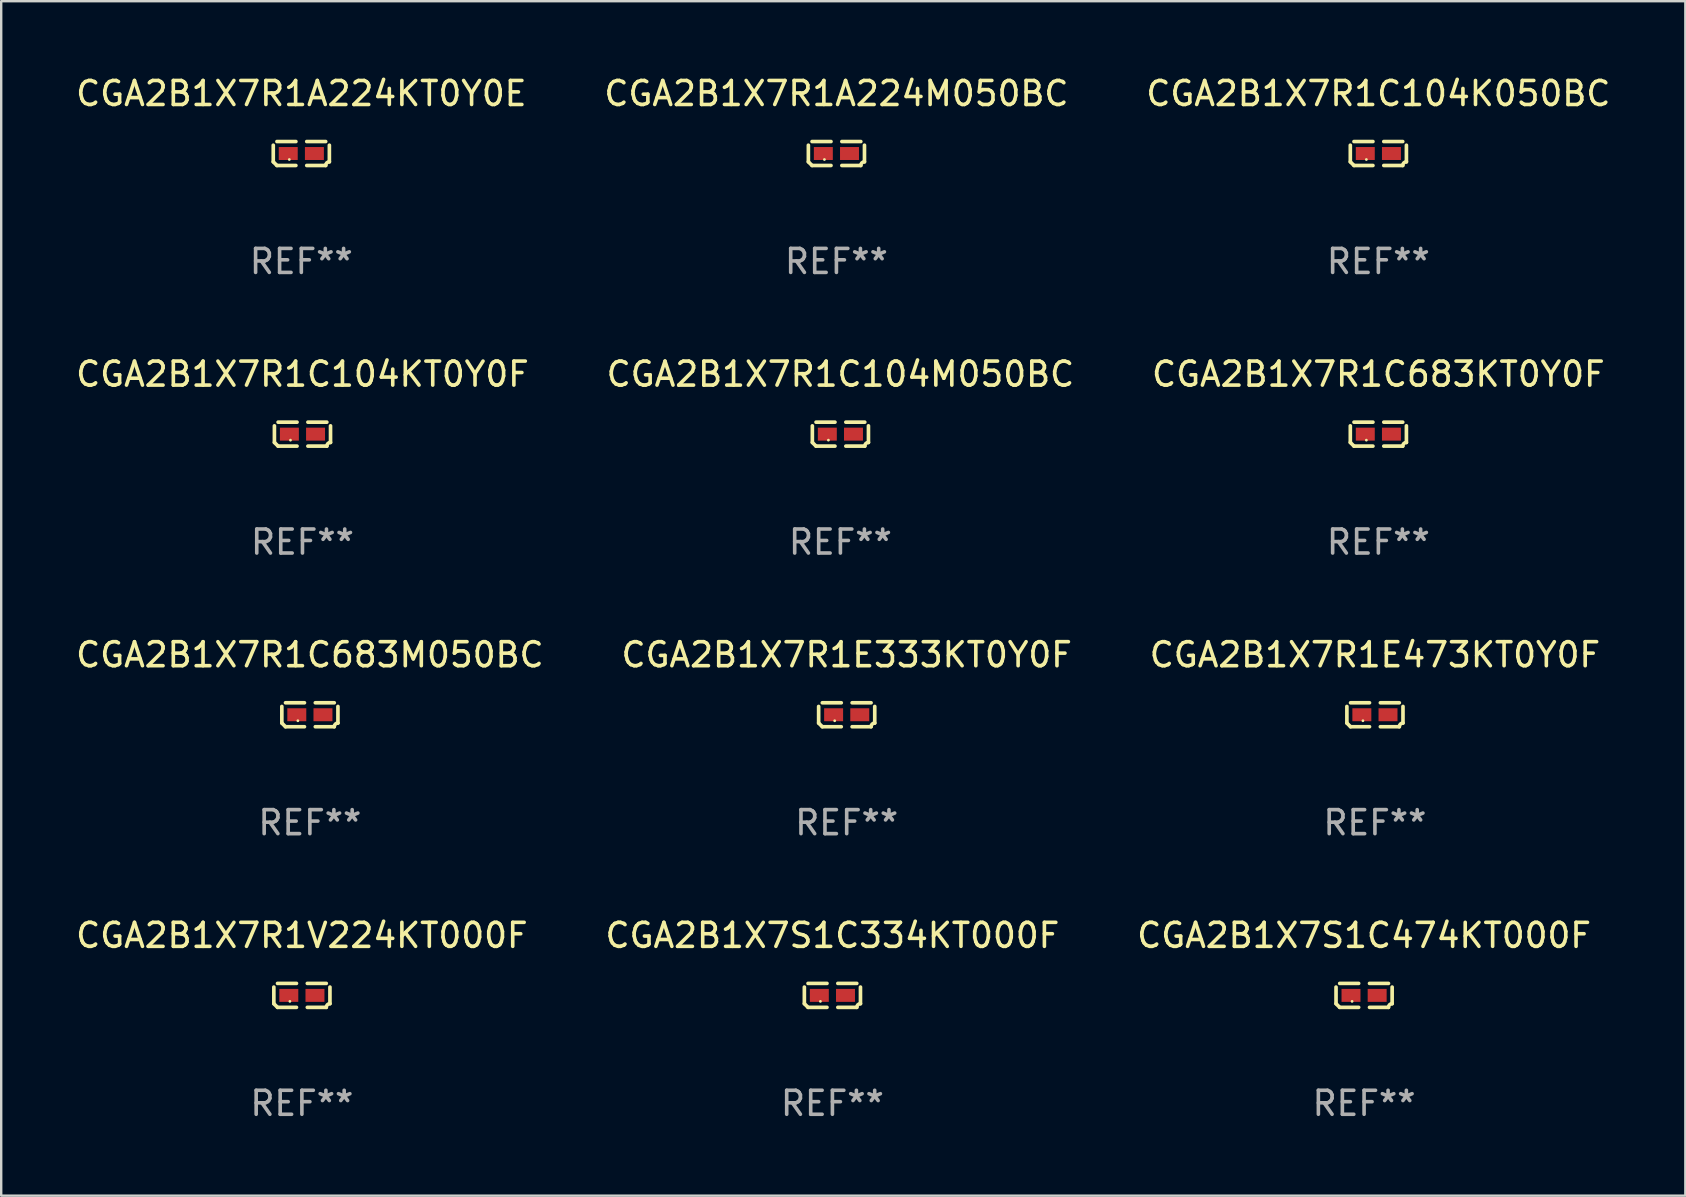
<source format=kicad_pcb>
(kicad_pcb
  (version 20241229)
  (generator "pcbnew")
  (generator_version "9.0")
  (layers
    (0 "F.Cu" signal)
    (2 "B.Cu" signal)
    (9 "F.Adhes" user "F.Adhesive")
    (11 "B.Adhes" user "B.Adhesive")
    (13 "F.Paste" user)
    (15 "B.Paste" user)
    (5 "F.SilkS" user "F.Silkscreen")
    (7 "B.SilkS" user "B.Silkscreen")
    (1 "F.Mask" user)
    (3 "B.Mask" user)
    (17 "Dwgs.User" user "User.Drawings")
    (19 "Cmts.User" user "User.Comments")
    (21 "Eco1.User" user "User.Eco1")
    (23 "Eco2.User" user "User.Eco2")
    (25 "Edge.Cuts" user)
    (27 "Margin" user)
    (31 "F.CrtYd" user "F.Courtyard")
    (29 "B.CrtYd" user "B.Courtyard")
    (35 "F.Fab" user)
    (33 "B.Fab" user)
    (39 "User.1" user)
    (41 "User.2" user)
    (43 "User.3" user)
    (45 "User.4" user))
  (footprint "CGA2B1X7R1A224KT0Y0E"
    (layer "F.Cu")
    (at 9.506 3.347)
    (property "Reference" "CGA2B1X7R1A224KT0Y0E" (at 0 -2.499 0) (layer "F.SilkS") (effects (font (size 1 1) (thickness 0.15))))
    (attr through_hole)
    (fp_line (start -1.169 0.346) (end -1.169 -0.346) (stroke (width 0.152) (type solid)) (layer "F.SilkS"))
    (fp_line (start -1.016 -0.499) (end -0.226 -0.499) (stroke (width 0.152) (type solid)) (layer "F.SilkS"))
    (fp_line (start -0.226 0.499) (end -1.016 0.499) (stroke (width 0.152) (type solid)) (layer "F.SilkS"))
    (fp_line (start 0.226 0.499) (end 1.016 0.499) (stroke (width 0.152) (type solid)) (layer "F.SilkS"))
    (fp_line (start 1.016 -0.499) (end 0.226 -0.499) (stroke (width 0.152) (type solid)) (layer "F.SilkS"))
    (fp_line (start 1.169 0.346) (end 1.169 -0.346) (stroke (width 0.152) (type solid)) (layer "F.SilkS"))
    (fp_arc (start -1.016307 0.498603) (mid -1.092512 0.422405) (end -1.16871 0.3462) (stroke (width 0.1524) (type solid)) (layer "F.SilkS"))
    (fp_arc (start 1.016307 0.498603) (mid 1.060899 0.390758) (end 1.168707 0.346076) (stroke (width 0.1524) (type solid)) (layer "F.SilkS"))
    (fp_circle (center -0.5 0.25) (end -0.47 0.25) (stroke (width 0.06) (type solid)) (fill no) (layer "F.SilkS"))
    (fp_text user "REF**" (at 0 4.499 0) (layer "F.Fab") (effects (font (size 1 1) (thickness 0.15))))
    (pad "1" smd rect (at -0.545 0) (size 0.79 0.54) (layers "F.Cu" "F.Mask" "F.Paste"))
    (pad "2" smd rect (at 0.545 0) (size 0.79 0.54) (layers "F.Cu" "F.Mask" "F.Paste")))
  (footprint "CGA2B1X7R1C683KT0Y0F"
    (layer "F.Cu")
    (at 54.387 15.041)
    (property "Reference" "CGA2B1X7R1C683KT0Y0F" (at 0 -2.499 0) (layer "F.SilkS") (effects (font (size 1 1) (thickness 0.15))))
    (attr through_hole)
    (fp_line (start -1.169 0.346) (end -1.169 -0.346) (stroke (width 0.152) (type solid)) (layer "F.SilkS"))
    (fp_line (start -1.016 -0.499) (end -0.226 -0.499) (stroke (width 0.152) (type solid)) (layer "F.SilkS"))
    (fp_line (start -0.226 0.499) (end -1.016 0.499) (stroke (width 0.152) (type solid)) (layer "F.SilkS"))
    (fp_line (start 0.226 0.499) (end 1.016 0.499) (stroke (width 0.152) (type solid)) (layer "F.SilkS"))
    (fp_line (start 1.016 -0.499) (end 0.226 -0.499) (stroke (width 0.152) (type solid)) (layer "F.SilkS"))
    (fp_line (start 1.169 0.346) (end 1.169 -0.346) (stroke (width 0.152) (type solid)) (layer "F.SilkS"))
    (fp_arc (start -1.016307 0.498603) (mid -1.092512 0.422405) (end -1.16871 0.3462) (stroke (width 0.1524) (type solid)) (layer "F.SilkS"))
    (fp_arc (start 1.016307 0.498603) (mid 1.060899 0.390758) (end 1.168707 0.346076) (stroke (width 0.1524) (type solid)) (layer "F.SilkS"))
    (fp_circle (center -0.5 0.25) (end -0.47 0.25) (stroke (width 0.06) (type solid)) (fill no) (layer "F.SilkS"))
    (fp_text user "REF**" (at 0 4.499 0) (layer "F.Fab") (effects (font (size 1 1) (thickness 0.15))))
    (pad "1" smd rect (at -0.545 0) (size 0.79 0.54) (layers "F.Cu" "F.Mask" "F.Paste"))
    (pad "2" smd rect (at 0.545 0) (size 0.79 0.54) (layers "F.Cu" "F.Mask" "F.Paste")))
  (footprint "CGA2B1X7S1C334KT000F"
    (layer "F.Cu")
    (at 31.637 38.428)
    (property "Reference" "CGA2B1X7S1C334KT000F" (at 0 -2.499 0) (layer "F.SilkS") (effects (font (size 1 1) (thickness 0.15))))
    (attr through_hole)
    (fp_line (start -1.169 0.346) (end -1.169 -0.346) (stroke (width 0.152) (type solid)) (layer "F.SilkS"))
    (fp_line (start -1.016 -0.499) (end -0.226 -0.499) (stroke (width 0.152) (type solid)) (layer "F.SilkS"))
    (fp_line (start -0.226 0.499) (end -1.016 0.499) (stroke (width 0.152) (type solid)) (layer "F.SilkS"))
    (fp_line (start 0.226 0.499) (end 1.016 0.499) (stroke (width 0.152) (type solid)) (layer "F.SilkS"))
    (fp_line (start 1.016 -0.499) (end 0.226 -0.499) (stroke (width 0.152) (type solid)) (layer "F.SilkS"))
    (fp_line (start 1.169 0.346) (end 1.169 -0.346) (stroke (width 0.152) (type solid)) (layer "F.SilkS"))
    (fp_arc (start -1.016307 0.498603) (mid -1.092512 0.422405) (end -1.16871 0.3462) (stroke (width 0.1524) (type solid)) (layer "F.SilkS"))
    (fp_arc (start 1.016307 0.498603) (mid 1.060899 0.390758) (end 1.168707 0.346076) (stroke (width 0.1524) (type solid)) (layer "F.SilkS"))
    (fp_circle (center -0.5 0.25) (end -0.47 0.25) (stroke (width 0.06) (type solid)) (fill no) (layer "F.SilkS"))
    (fp_text user "REF**" (at 0 4.499 0) (layer "F.Fab") (effects (font (size 1 1) (thickness 0.15))))
    (pad "1" smd rect (at -0.545 0) (size 0.79 0.54) (layers "F.Cu" "F.Mask" "F.Paste"))
    (pad "2" smd rect (at 0.545 0) (size 0.79 0.54) (layers "F.Cu" "F.Mask" "F.Paste")))
  (footprint "CGA2B1X7R1C104K050BC"
    (layer "F.Cu")
    (at 54.387 3.347)
    (property "Reference" "CGA2B1X7R1C104K050BC" (at 0 -2.499 0) (layer "F.SilkS") (effects (font (size 1 1) (thickness 0.15))))
    (attr through_hole)
    (fp_line (start -1.169 0.346) (end -1.169 -0.346) (stroke (width 0.152) (type solid)) (layer "F.SilkS"))
    (fp_line (start -1.016 -0.499) (end -0.226 -0.499) (stroke (width 0.152) (type solid)) (layer "F.SilkS"))
    (fp_line (start -0.226 0.499) (end -1.016 0.499) (stroke (width 0.152) (type solid)) (layer "F.SilkS"))
    (fp_line (start 0.226 0.499) (end 1.016 0.499) (stroke (width 0.152) (type solid)) (layer "F.SilkS"))
    (fp_line (start 1.016 -0.499) (end 0.226 -0.499) (stroke (width 0.152) (type solid)) (layer "F.SilkS"))
    (fp_line (start 1.169 0.346) (end 1.169 -0.346) (stroke (width 0.152) (type solid)) (layer "F.SilkS"))
    (fp_arc (start -1.016307 0.498603) (mid -1.092512 0.422405) (end -1.16871 0.3462) (stroke (width 0.1524) (type solid)) (layer "F.SilkS"))
    (fp_arc (start 1.016307 0.498603) (mid 1.060899 0.390758) (end 1.168707 0.346076) (stroke (width 0.1524) (type solid)) (layer "F.SilkS"))
    (fp_circle (center -0.5 0.25) (end -0.47 0.25) (stroke (width 0.06) (type solid)) (fill no) (layer "F.SilkS"))
    (fp_text user "REF**" (at 0 4.499 0) (layer "F.Fab") (effects (font (size 1 1) (thickness 0.15))))
    (pad "1" smd rect (at -0.545 0) (size 0.79 0.54) (layers "F.Cu" "F.Mask" "F.Paste"))
    (pad "2" smd rect (at 0.545 0) (size 0.79 0.54) (layers "F.Cu" "F.Mask" "F.Paste")))
  (footprint "CGA2B1X7R1C104M050BC"
    (layer "F.Cu")
    (at 31.97 15.041)
    (property "Reference" "CGA2B1X7R1C104M050BC" (at 0 -2.499 0) (layer "F.SilkS") (effects (font (size 1 1) (thickness 0.15))))
    (attr through_hole)
    (fp_line (start -1.169 0.346) (end -1.169 -0.346) (stroke (width 0.152) (type solid)) (layer "F.SilkS"))
    (fp_line (start -1.016 -0.499) (end -0.226 -0.499) (stroke (width 0.152) (type solid)) (layer "F.SilkS"))
    (fp_line (start -0.226 0.499) (end -1.016 0.499) (stroke (width 0.152) (type solid)) (layer "F.SilkS"))
    (fp_line (start 0.226 0.499) (end 1.016 0.499) (stroke (width 0.152) (type solid)) (layer "F.SilkS"))
    (fp_line (start 1.016 -0.499) (end 0.226 -0.499) (stroke (width 0.152) (type solid)) (layer "F.SilkS"))
    (fp_line (start 1.169 0.346) (end 1.169 -0.346) (stroke (width 0.152) (type solid)) (layer "F.SilkS"))
    (fp_arc (start -1.016307 0.498603) (mid -1.092512 0.422405) (end -1.16871 0.3462) (stroke (width 0.1524) (type solid)) (layer "F.SilkS"))
    (fp_arc (start 1.016307 0.498603) (mid 1.060899 0.390758) (end 1.168707 0.346076) (stroke (width 0.1524) (type solid)) (layer "F.SilkS"))
    (fp_circle (center -0.5 0.25) (end -0.47 0.25) (stroke (width 0.06) (type solid)) (fill no) (layer "F.SilkS"))
    (fp_text user "REF**" (at 0 4.499 0) (layer "F.Fab") (effects (font (size 1 1) (thickness 0.15))))
    (pad "1" smd rect (at -0.545 0) (size 0.79 0.54) (layers "F.Cu" "F.Mask" "F.Paste"))
    (pad "2" smd rect (at 0.545 0) (size 0.79 0.54) (layers "F.Cu" "F.Mask" "F.Paste")))
  (footprint "CGA2B1X7R1C683M050BC"
    (layer "F.Cu")
    (at 9.863 26.734)
    (property "Reference" "CGA2B1X7R1C683M050BC" (at 0 -2.499 0) (layer "F.SilkS") (effects (font (size 1 1) (thickness 0.15))))
    (attr through_hole)
    (fp_line (start -1.169 0.346) (end -1.169 -0.346) (stroke (width 0.152) (type solid)) (layer "F.SilkS"))
    (fp_line (start -1.016 -0.499) (end -0.226 -0.499) (stroke (width 0.152) (type solid)) (layer "F.SilkS"))
    (fp_line (start -0.226 0.499) (end -1.016 0.499) (stroke (width 0.152) (type solid)) (layer "F.SilkS"))
    (fp_line (start 0.226 0.499) (end 1.016 0.499) (stroke (width 0.152) (type solid)) (layer "F.SilkS"))
    (fp_line (start 1.016 -0.499) (end 0.226 -0.499) (stroke (width 0.152) (type solid)) (layer "F.SilkS"))
    (fp_line (start 1.169 0.346) (end 1.169 -0.346) (stroke (width 0.152) (type solid)) (layer "F.SilkS"))
    (fp_arc (start -1.016307 0.498603) (mid -1.092512 0.422405) (end -1.16871 0.3462) (stroke (width 0.1524) (type solid)) (layer "F.SilkS"))
    (fp_arc (start 1.016307 0.498603) (mid 1.060899 0.390758) (end 1.168707 0.346076) (stroke (width 0.1524) (type solid)) (layer "F.SilkS"))
    (fp_circle (center -0.5 0.25) (end -0.47 0.25) (stroke (width 0.06) (type solid)) (fill no) (layer "F.SilkS"))
    (fp_text user "REF**" (at 0 4.499 0) (layer "F.Fab") (effects (font (size 1 1) (thickness 0.15))))
    (pad "1" smd rect (at -0.545 0) (size 0.79 0.54) (layers "F.Cu" "F.Mask" "F.Paste"))
    (pad "2" smd rect (at 0.545 0) (size 0.79 0.54) (layers "F.Cu" "F.Mask" "F.Paste")))
  (footprint "CGA2B1X7R1V224KT000F"
    (layer "F.Cu")
    (at 9.53 38.428)
    (property "Reference" "CGA2B1X7R1V224KT000F" (at 0 -2.499 0) (layer "F.SilkS") (effects (font (size 1 1) (thickness 0.15))))
    (attr through_hole)
    (fp_line (start -1.169 0.346) (end -1.169 -0.346) (stroke (width 0.152) (type solid)) (layer "F.SilkS"))
    (fp_line (start -1.016 -0.499) (end -0.226 -0.499) (stroke (width 0.152) (type solid)) (layer "F.SilkS"))
    (fp_line (start -0.226 0.499) (end -1.016 0.499) (stroke (width 0.152) (type solid)) (layer "F.SilkS"))
    (fp_line (start 0.226 0.499) (end 1.016 0.499) (stroke (width 0.152) (type solid)) (layer "F.SilkS"))
    (fp_line (start 1.016 -0.499) (end 0.226 -0.499) (stroke (width 0.152) (type solid)) (layer "F.SilkS"))
    (fp_line (start 1.169 0.346) (end 1.169 -0.346) (stroke (width 0.152) (type solid)) (layer "F.SilkS"))
    (fp_arc (start -1.016307 0.498603) (mid -1.092512 0.422405) (end -1.16871 0.3462) (stroke (width 0.1524) (type solid)) (layer "F.SilkS"))
    (fp_arc (start 1.016307 0.498603) (mid 1.060899 0.390758) (end 1.168707 0.346076) (stroke (width 0.1524) (type solid)) (layer "F.SilkS"))
    (fp_circle (center -0.5 0.25) (end -0.47 0.25) (stroke (width 0.06) (type solid)) (fill no) (layer "F.SilkS"))
    (fp_text user "REF**" (at 0 4.499 0) (layer "F.Fab") (effects (font (size 1 1) (thickness 0.15))))
    (pad "1" smd rect (at -0.545 0) (size 0.79 0.54) (layers "F.Cu" "F.Mask" "F.Paste"))
    (pad "2" smd rect (at 0.545 0) (size 0.79 0.54) (layers "F.Cu" "F.Mask" "F.Paste")))
  (footprint "CGA2B1X7S1C474KT000F"
    (layer "F.Cu")
    (at 53.792 38.428)
    (property "Reference" "CGA2B1X7S1C474KT000F" (at 0 -2.499 0) (layer "F.SilkS") (effects (font (size 1 1) (thickness 0.15))))
    (attr through_hole)
    (fp_line (start -1.169 0.346) (end -1.169 -0.346) (stroke (width 0.152) (type solid)) (layer "F.SilkS"))
    (fp_line (start -1.016 -0.499) (end -0.226 -0.499) (stroke (width 0.152) (type solid)) (layer "F.SilkS"))
    (fp_line (start -0.226 0.499) (end -1.016 0.499) (stroke (width 0.152) (type solid)) (layer "F.SilkS"))
    (fp_line (start 0.226 0.499) (end 1.016 0.499) (stroke (width 0.152) (type solid)) (layer "F.SilkS"))
    (fp_line (start 1.016 -0.499) (end 0.226 -0.499) (stroke (width 0.152) (type solid)) (layer "F.SilkS"))
    (fp_line (start 1.169 0.346) (end 1.169 -0.346) (stroke (width 0.152) (type solid)) (layer "F.SilkS"))
    (fp_arc (start -1.016307 0.498603) (mid -1.092512 0.422405) (end -1.16871 0.3462) (stroke (width 0.1524) (type solid)) (layer "F.SilkS"))
    (fp_arc (start 1.016307 0.498603) (mid 1.060899 0.390758) (end 1.168707 0.346076) (stroke (width 0.1524) (type solid)) (layer "F.SilkS"))
    (fp_circle (center -0.5 0.25) (end -0.47 0.25) (stroke (width 0.06) (type solid)) (fill no) (layer "F.SilkS"))
    (fp_text user "REF**" (at 0 4.499 0) (layer "F.Fab") (effects (font (size 1 1) (thickness 0.15))))
    (pad "1" smd rect (at -0.545 0) (size 0.79 0.54) (layers "F.Cu" "F.Mask" "F.Paste"))
    (pad "2" smd rect (at 0.545 0) (size 0.79 0.54) (layers "F.Cu" "F.Mask" "F.Paste")))
  (footprint "CGA2B1X7R1A224M050BC"
    (layer "F.Cu")
    (at 31.804 3.347)
    (property "Reference" "CGA2B1X7R1A224M050BC" (at 0 -2.499 0) (layer "F.SilkS") (effects (font (size 1 1) (thickness 0.15))))
    (attr through_hole)
    (fp_line (start -1.169 0.346) (end -1.169 -0.346) (stroke (width 0.152) (type solid)) (layer "F.SilkS"))
    (fp_line (start -1.016 -0.499) (end -0.226 -0.499) (stroke (width 0.152) (type solid)) (layer "F.SilkS"))
    (fp_line (start -0.226 0.499) (end -1.016 0.499) (stroke (width 0.152) (type solid)) (layer "F.SilkS"))
    (fp_line (start 0.226 0.499) (end 1.016 0.499) (stroke (width 0.152) (type solid)) (layer "F.SilkS"))
    (fp_line (start 1.016 -0.499) (end 0.226 -0.499) (stroke (width 0.152) (type solid)) (layer "F.SilkS"))
    (fp_line (start 1.169 0.346) (end 1.169 -0.346) (stroke (width 0.152) (type solid)) (layer "F.SilkS"))
    (fp_arc (start -1.016307 0.498603) (mid -1.092512 0.422405) (end -1.16871 0.3462) (stroke (width 0.1524) (type solid)) (layer "F.SilkS"))
    (fp_arc (start 1.016307 0.498603) (mid 1.060899 0.390758) (end 1.168707 0.346076) (stroke (width 0.1524) (type solid)) (layer "F.SilkS"))
    (fp_circle (center -0.5 0.25) (end -0.47 0.25) (stroke (width 0.06) (type solid)) (fill no) (layer "F.SilkS"))
    (fp_text user "REF**" (at 0 4.499 0) (layer "F.Fab") (effects (font (size 1 1) (thickness 0.15))))
    (pad "1" smd rect (at -0.545 0) (size 0.79 0.54) (layers "F.Cu" "F.Mask" "F.Paste"))
    (pad "2" smd rect (at 0.545 0) (size 0.79 0.54) (layers "F.Cu" "F.Mask" "F.Paste")))
  (footprint "CGA2B1X7R1C104KT0Y0F"
    (layer "F.Cu")
    (at 9.554 15.041)
    (property "Reference" "CGA2B1X7R1C104KT0Y0F" (at 0 -2.499 0) (layer "F.SilkS") (effects (font (size 1 1) (thickness 0.15))))
    (attr through_hole)
    (fp_line (start -1.169 0.346) (end -1.169 -0.346) (stroke (width 0.152) (type solid)) (layer "F.SilkS"))
    (fp_line (start -1.016 -0.499) (end -0.226 -0.499) (stroke (width 0.152) (type solid)) (layer "F.SilkS"))
    (fp_line (start -0.226 0.499) (end -1.016 0.499) (stroke (width 0.152) (type solid)) (layer "F.SilkS"))
    (fp_line (start 0.226 0.499) (end 1.016 0.499) (stroke (width 0.152) (type solid)) (layer "F.SilkS"))
    (fp_line (start 1.016 -0.499) (end 0.226 -0.499) (stroke (width 0.152) (type solid)) (layer "F.SilkS"))
    (fp_line (start 1.169 0.346) (end 1.169 -0.346) (stroke (width 0.152) (type solid)) (layer "F.SilkS"))
    (fp_arc (start -1.016307 0.498603) (mid -1.092512 0.422405) (end -1.16871 0.3462) (stroke (width 0.1524) (type solid)) (layer "F.SilkS"))
    (fp_arc (start 1.016307 0.498603) (mid 1.060899 0.390758) (end 1.168707 0.346076) (stroke (width 0.1524) (type solid)) (layer "F.SilkS"))
    (fp_circle (center -0.5 0.25) (end -0.47 0.25) (stroke (width 0.06) (type solid)) (fill no) (layer "F.SilkS"))
    (fp_text user "REF**" (at 0 4.499 0) (layer "F.Fab") (effects (font (size 1 1) (thickness 0.15))))
    (pad "1" smd rect (at -0.545 0) (size 0.79 0.54) (layers "F.Cu" "F.Mask" "F.Paste"))
    (pad "2" smd rect (at 0.545 0) (size 0.79 0.54) (layers "F.Cu" "F.Mask" "F.Paste")))
  (footprint "CGA2B1X7R1E473KT0Y0F"
    (layer "F.Cu")
    (at 54.244 26.734)
    (property "Reference" "CGA2B1X7R1E473KT0Y0F" (at 0 -2.499 0) (layer "F.SilkS") (effects (font (size 1 1) (thickness 0.15))))
    (attr through_hole)
    (fp_line (start -1.169 0.346) (end -1.169 -0.346) (stroke (width 0.152) (type solid)) (layer "F.SilkS"))
    (fp_line (start -1.016 -0.499) (end -0.226 -0.499) (stroke (width 0.152) (type solid)) (layer "F.SilkS"))
    (fp_line (start -0.226 0.499) (end -1.016 0.499) (stroke (width 0.152) (type solid)) (layer "F.SilkS"))
    (fp_line (start 0.226 0.499) (end 1.016 0.499) (stroke (width 0.152) (type solid)) (layer "F.SilkS"))
    (fp_line (start 1.016 -0.499) (end 0.226 -0.499) (stroke (width 0.152) (type solid)) (layer "F.SilkS"))
    (fp_line (start 1.169 0.346) (end 1.169 -0.346) (stroke (width 0.152) (type solid)) (layer "F.SilkS"))
    (fp_arc (start -1.016307 0.498603) (mid -1.092512 0.422405) (end -1.16871 0.3462) (stroke (width 0.1524) (type solid)) (layer "F.SilkS"))
    (fp_arc (start 1.016307 0.498603) (mid 1.060899 0.390758) (end 1.168707 0.346076) (stroke (width 0.1524) (type solid)) (layer "F.SilkS"))
    (fp_circle (center -0.5 0.25) (end -0.47 0.25) (stroke (width 0.06) (type solid)) (fill no) (layer "F.SilkS"))
    (fp_text user "REF**" (at 0 4.499 0) (layer "F.Fab") (effects (font (size 1 1) (thickness 0.15))))
    (pad "1" smd rect (at -0.545 0) (size 0.79 0.54) (layers "F.Cu" "F.Mask" "F.Paste"))
    (pad "2" smd rect (at 0.545 0) (size 0.79 0.54) (layers "F.Cu" "F.Mask" "F.Paste")))
  (footprint "CGA2B1X7R1E333KT0Y0F"
    (layer "F.Cu")
    (at 32.232 26.734)
    (property "Reference" "CGA2B1X7R1E333KT0Y0F" (at 0 -2.499 0) (layer "F.SilkS") (effects (font (size 1 1) (thickness 0.15))))
    (attr through_hole)
    (fp_line (start -1.169 0.346) (end -1.169 -0.346) (stroke (width 0.152) (type solid)) (layer "F.SilkS"))
    (fp_line (start -1.016 -0.499) (end -0.226 -0.499) (stroke (width 0.152) (type solid)) (layer "F.SilkS"))
    (fp_line (start -0.226 0.499) (end -1.016 0.499) (stroke (width 0.152) (type solid)) (layer "F.SilkS"))
    (fp_line (start 0.226 0.499) (end 1.016 0.499) (stroke (width 0.152) (type solid)) (layer "F.SilkS"))
    (fp_line (start 1.016 -0.499) (end 0.226 -0.499) (stroke (width 0.152) (type solid)) (layer "F.SilkS"))
    (fp_line (start 1.169 0.346) (end 1.169 -0.346) (stroke (width 0.152) (type solid)) (layer "F.SilkS"))
    (fp_arc (start -1.016307 0.498603) (mid -1.092512 0.422405) (end -1.16871 0.3462) (stroke (width 0.1524) (type solid)) (layer "F.SilkS"))
    (fp_arc (start 1.016307 0.498603) (mid 1.060899 0.390758) (end 1.168707 0.346076) (stroke (width 0.1524) (type solid)) (layer "F.SilkS"))
    (fp_circle (center -0.5 0.25) (end -0.47 0.25) (stroke (width 0.06) (type solid)) (fill no) (layer "F.SilkS"))
    (fp_text user "REF**" (at 0 4.499 0) (layer "F.Fab") (effects (font (size 1 1) (thickness 0.15))))
    (pad "1" smd rect (at -0.545 0) (size 0.79 0.54) (layers "F.Cu" "F.Mask" "F.Paste"))
    (pad "2" smd rect (at 0.545 0) (size 0.79 0.54) (layers "F.Cu" "F.Mask" "F.Paste")))
  (gr_rect
    (start -3 -3)
    (end 67.179 46.775)
    (stroke (width 0.1) (type default))
    (fill no)
    (layer "Edge.Cuts")))
</source>
